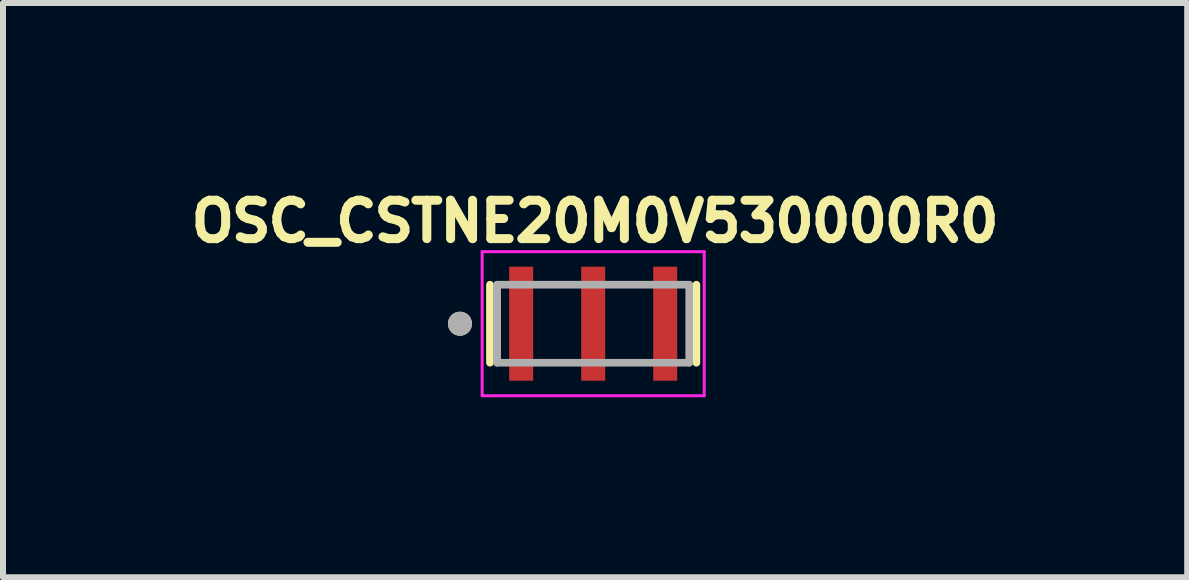
<source format=kicad_pcb>
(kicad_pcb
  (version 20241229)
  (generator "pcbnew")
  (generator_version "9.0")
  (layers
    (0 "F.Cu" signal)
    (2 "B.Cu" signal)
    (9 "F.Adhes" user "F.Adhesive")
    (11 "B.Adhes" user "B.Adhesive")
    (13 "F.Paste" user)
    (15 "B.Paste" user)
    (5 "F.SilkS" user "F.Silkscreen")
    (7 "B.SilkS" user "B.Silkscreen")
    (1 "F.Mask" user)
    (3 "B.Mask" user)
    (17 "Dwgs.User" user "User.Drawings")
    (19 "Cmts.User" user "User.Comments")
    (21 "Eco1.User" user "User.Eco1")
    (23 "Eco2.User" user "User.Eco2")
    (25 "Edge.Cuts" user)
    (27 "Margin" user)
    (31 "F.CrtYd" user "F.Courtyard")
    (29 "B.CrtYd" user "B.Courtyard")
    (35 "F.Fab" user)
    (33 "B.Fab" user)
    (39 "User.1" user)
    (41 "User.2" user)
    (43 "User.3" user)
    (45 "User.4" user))
  (footprint "OSC_CSTNE20M0V530000R0"
    (layer "F.Cu")
    (at 6.834 2.344)
    (property "Reference" "OSC_CSTNE20M0V530000R0" (at 0.032 -1.706 0) (layer "F.SilkS") (effects (font (size 0.64 0.64) (thickness 0.15))))
    (attr smd)
    (fp_line (start -1.72 -0.65) (end -1.72 0.65) (stroke (width 0.127) (type solid)) (layer "F.SilkS"))
    (fp_line (start 1.72 -0.65) (end 1.72 0.65) (stroke (width 0.127) (type solid)) (layer "F.SilkS"))
    (fp_circle (center -2.22 0) (end -2.12 0) (stroke (width 0.2) (type solid)) (fill no) (layer "F.SilkS"))
    (fp_line (start -1.85 -1.2) (end 1.85 -1.2) (stroke (width 0.05) (type solid)) (layer "F.CrtYd"))
    (fp_line (start -1.85 1.2) (end -1.85 -1.2) (stroke (width 0.05) (type solid)) (layer "F.CrtYd"))
    (fp_line (start 1.85 -1.2) (end 1.85 1.2) (stroke (width 0.05) (type solid)) (layer "F.CrtYd"))
    (fp_line (start 1.85 1.2) (end -1.85 1.2) (stroke (width 0.05) (type solid)) (layer "F.CrtYd"))
    (fp_line (start -1.6 -0.65) (end -1.6 0.65) (stroke (width 0.127) (type solid)) (layer "F.Fab"))
    (fp_line (start -1.6 -0.65) (end 1.6 -0.65) (stroke (width 0.127) (type solid)) (layer "F.Fab"))
    (fp_line (start 1.6 -0.65) (end 1.6 0.65) (stroke (width 0.127) (type solid)) (layer "F.Fab"))
    (fp_line (start 1.6 0.65) (end -1.6 0.65) (stroke (width 0.127) (type solid)) (layer "F.Fab"))
    (fp_circle (center -2.22 0) (end -2.12 0) (stroke (width 0.2) (type solid)) (fill no) (layer "F.Fab"))
    (pad "1" smd rect (at -1.2 0) (size 0.4 1.9) (layers "F.Cu" "F.Mask" "F.Paste"))
    (pad "2" smd rect (at 0 0) (size 0.4 1.9) (layers "F.Cu" "F.Mask" "F.Paste"))
    (pad "3" smd rect (at 1.2 0) (size 0.4 1.9) (layers "F.Cu" "F.Mask" "F.Paste")))
  (gr_rect
    (start -3 -3)
    (end 16.732 6.569)
    (stroke (width 0.1) (type default))
    (fill no)
    (layer "Edge.Cuts")))
</source>
